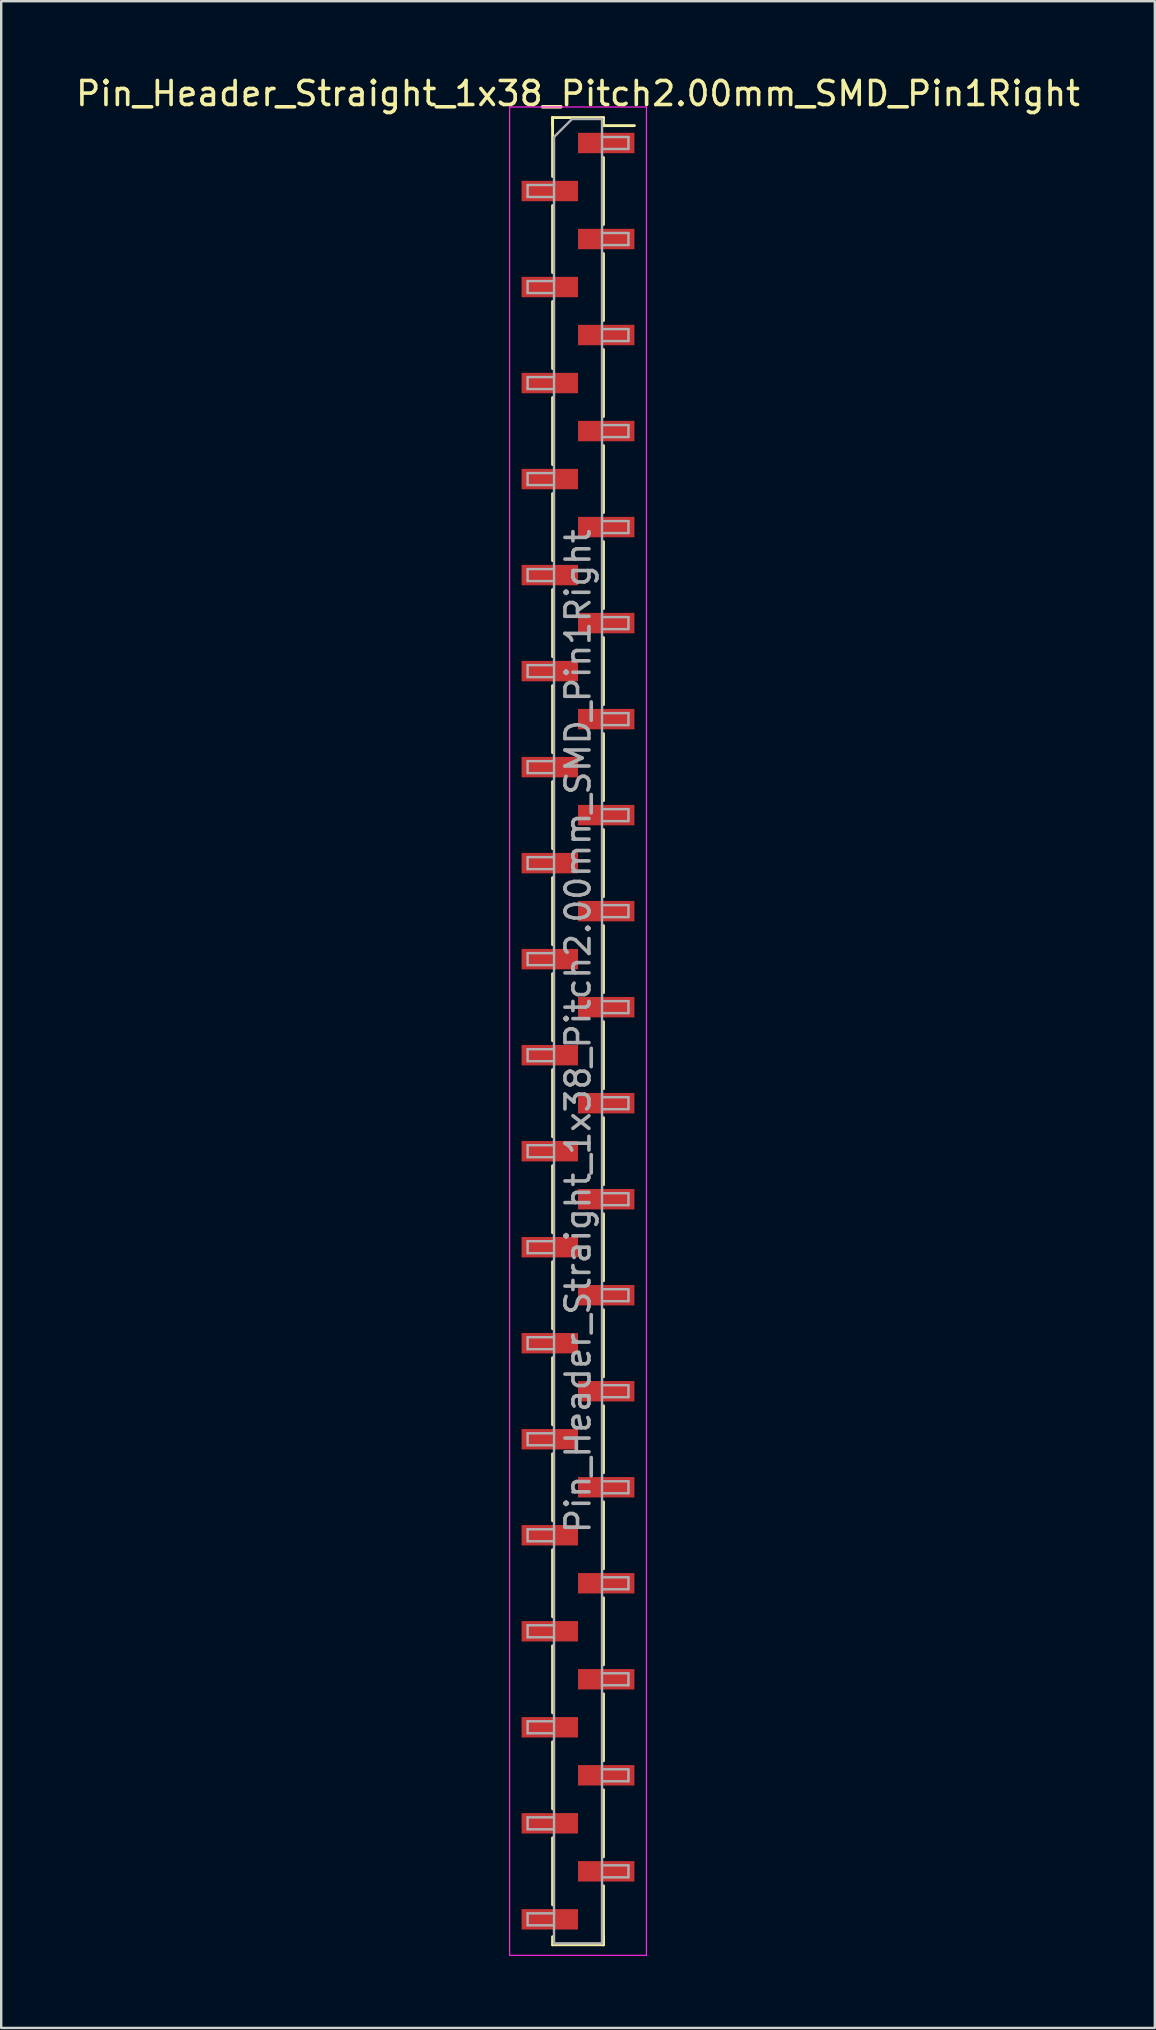
<source format=kicad_pcb>
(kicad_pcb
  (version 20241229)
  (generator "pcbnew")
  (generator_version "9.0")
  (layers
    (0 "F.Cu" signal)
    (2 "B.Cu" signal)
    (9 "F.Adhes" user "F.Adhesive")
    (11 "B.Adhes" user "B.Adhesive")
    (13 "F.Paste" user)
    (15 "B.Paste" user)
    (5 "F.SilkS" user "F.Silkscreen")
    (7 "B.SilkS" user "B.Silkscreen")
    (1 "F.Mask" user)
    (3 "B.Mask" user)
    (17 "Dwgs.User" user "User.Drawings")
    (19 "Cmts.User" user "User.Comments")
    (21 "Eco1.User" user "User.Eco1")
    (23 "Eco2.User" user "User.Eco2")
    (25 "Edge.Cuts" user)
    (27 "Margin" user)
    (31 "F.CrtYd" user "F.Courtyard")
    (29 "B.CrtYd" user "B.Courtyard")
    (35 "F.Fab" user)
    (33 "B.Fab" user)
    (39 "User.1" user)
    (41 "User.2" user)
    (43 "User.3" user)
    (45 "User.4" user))
  (footprint "Pin_Header_Straight_1x38_Pitch2.00mm_SMD_Pin1Right"
    (layer "F.Cu")
    (at 21.03 39.908)
    (property "Reference" "Pin_Header_Straight_1x38_Pitch2.00mm_SMD_Pin1Right" (at 0 -39.06 0) (layer "F.SilkS") (effects (font (size 1 1) (thickness 0.15))))
    (attr smd)
    (fp_line (start -1.06 -38.06) (end -1.06 -35.605) (stroke (width 0.12) (type solid)) (layer "F.SilkS"))
    (fp_line (start -1.06 -38.06) (end 1.06 -38.06) (stroke (width 0.12) (type solid)) (layer "F.SilkS"))
    (fp_line (start -1.06 -37.725) (end -1.06 -38.06) (stroke (width 0.12) (type solid)) (layer "F.SilkS"))
    (fp_line (start -1.06 -34.395) (end -1.06 -31.605) (stroke (width 0.12) (type solid)) (layer "F.SilkS"))
    (fp_line (start -1.06 -30.395) (end -1.06 -27.605) (stroke (width 0.12) (type solid)) (layer "F.SilkS"))
    (fp_line (start -1.06 -26.395) (end -1.06 -23.605) (stroke (width 0.12) (type solid)) (layer "F.SilkS"))
    (fp_line (start -1.06 -22.395) (end -1.06 -19.605) (stroke (width 0.12) (type solid)) (layer "F.SilkS"))
    (fp_line (start -1.06 -18.395) (end -1.06 -15.605) (stroke (width 0.12) (type solid)) (layer "F.SilkS"))
    (fp_line (start -1.06 -14.395) (end -1.06 -11.605) (stroke (width 0.12) (type solid)) (layer "F.SilkS"))
    (fp_line (start -1.06 -10.395) (end -1.06 -7.605) (stroke (width 0.12) (type solid)) (layer "F.SilkS"))
    (fp_line (start -1.06 -6.395) (end -1.06 -3.605) (stroke (width 0.12) (type solid)) (layer "F.SilkS"))
    (fp_line (start -1.06 -2.395) (end -1.06 0.395) (stroke (width 0.12) (type solid)) (layer "F.SilkS"))
    (fp_line (start -1.06 1.605) (end -1.06 4.395) (stroke (width 0.12) (type solid)) (layer "F.SilkS"))
    (fp_line (start -1.06 5.605) (end -1.06 8.395) (stroke (width 0.12) (type solid)) (layer "F.SilkS"))
    (fp_line (start -1.06 9.605) (end -1.06 12.395) (stroke (width 0.12) (type solid)) (layer "F.SilkS"))
    (fp_line (start -1.06 13.605) (end -1.06 16.395) (stroke (width 0.12) (type solid)) (layer "F.SilkS"))
    (fp_line (start -1.06 17.605) (end -1.06 20.395) (stroke (width 0.12) (type solid)) (layer "F.SilkS"))
    (fp_line (start -1.06 21.605) (end -1.06 24.395) (stroke (width 0.12) (type solid)) (layer "F.SilkS"))
    (fp_line (start -1.06 25.605) (end -1.06 28.395) (stroke (width 0.12) (type solid)) (layer "F.SilkS"))
    (fp_line (start -1.06 29.605) (end -1.06 32.395) (stroke (width 0.12) (type solid)) (layer "F.SilkS"))
    (fp_line (start -1.06 33.605) (end -1.06 36.395) (stroke (width 0.12) (type solid)) (layer "F.SilkS"))
    (fp_line (start -1.06 37.725) (end -1.06 38.06) (stroke (width 0.12) (type solid)) (layer "F.SilkS"))
    (fp_line (start -1.06 38.06) (end 1.06 38.06) (stroke (width 0.12) (type solid)) (layer "F.SilkS"))
    (fp_line (start 1.06 -38.06) (end 1.06 -37.725) (stroke (width 0.12) (type solid)) (layer "F.SilkS"))
    (fp_line (start 1.06 -37.725) (end 2.35 -37.725) (stroke (width 0.12) (type solid)) (layer "F.SilkS"))
    (fp_line (start 1.06 -36.395) (end 1.06 -33.605) (stroke (width 0.12) (type solid)) (layer "F.SilkS"))
    (fp_line (start 1.06 -32.395) (end 1.06 -29.605) (stroke (width 0.12) (type solid)) (layer "F.SilkS"))
    (fp_line (start 1.06 -28.395) (end 1.06 -25.605) (stroke (width 0.12) (type solid)) (layer "F.SilkS"))
    (fp_line (start 1.06 -24.395) (end 1.06 -21.605) (stroke (width 0.12) (type solid)) (layer "F.SilkS"))
    (fp_line (start 1.06 -20.395) (end 1.06 -17.605) (stroke (width 0.12) (type solid)) (layer "F.SilkS"))
    (fp_line (start 1.06 -16.395) (end 1.06 -13.605) (stroke (width 0.12) (type solid)) (layer "F.SilkS"))
    (fp_line (start 1.06 -12.395) (end 1.06 -9.605) (stroke (width 0.12) (type solid)) (layer "F.SilkS"))
    (fp_line (start 1.06 -8.395) (end 1.06 -5.605) (stroke (width 0.12) (type solid)) (layer "F.SilkS"))
    (fp_line (start 1.06 -4.395) (end 1.06 -1.605) (stroke (width 0.12) (type solid)) (layer "F.SilkS"))
    (fp_line (start 1.06 -0.395) (end 1.06 2.395) (stroke (width 0.12) (type solid)) (layer "F.SilkS"))
    (fp_line (start 1.06 3.605) (end 1.06 6.395) (stroke (width 0.12) (type solid)) (layer "F.SilkS"))
    (fp_line (start 1.06 7.605) (end 1.06 10.395) (stroke (width 0.12) (type solid)) (layer "F.SilkS"))
    (fp_line (start 1.06 11.605) (end 1.06 14.395) (stroke (width 0.12) (type solid)) (layer "F.SilkS"))
    (fp_line (start 1.06 15.605) (end 1.06 18.395) (stroke (width 0.12) (type solid)) (layer "F.SilkS"))
    (fp_line (start 1.06 19.605) (end 1.06 22.395) (stroke (width 0.12) (type solid)) (layer "F.SilkS"))
    (fp_line (start 1.06 23.605) (end 1.06 26.395) (stroke (width 0.12) (type solid)) (layer "F.SilkS"))
    (fp_line (start 1.06 27.605) (end 1.06 30.395) (stroke (width 0.12) (type solid)) (layer "F.SilkS"))
    (fp_line (start 1.06 31.605) (end 1.06 34.395) (stroke (width 0.12) (type solid)) (layer "F.SilkS"))
    (fp_line (start 1.06 35.605) (end 1.06 38.06) (stroke (width 0.12) (type solid)) (layer "F.SilkS"))
    (fp_line (start 1.06 38.06) (end 1.06 37.725) (stroke (width 0.12) (type solid)) (layer "F.SilkS"))
    (fp_line (start -2.85 -38.5) (end -2.85 38.5) (stroke (width 0.05) (type solid)) (layer "F.CrtYd"))
    (fp_line (start -2.85 38.5) (end 2.85 38.5) (stroke (width 0.05) (type solid)) (layer "F.CrtYd"))
    (fp_line (start 2.85 -38.5) (end -2.85 -38.5) (stroke (width 0.05) (type solid)) (layer "F.CrtYd"))
    (fp_line (start 2.85 38.5) (end 2.85 -38.5) (stroke (width 0.05) (type solid)) (layer "F.CrtYd"))
    (fp_line (start -2.1 -35.25) (end -2.1 -34.75) (stroke (width 0.1) (type solid)) (layer "F.Fab"))
    (fp_line (start -2.1 -34.75) (end -1 -34.75) (stroke (width 0.1) (type solid)) (layer "F.Fab"))
    (fp_line (start -2.1 -31.25) (end -2.1 -30.75) (stroke (width 0.1) (type solid)) (layer "F.Fab"))
    (fp_line (start -2.1 -30.75) (end -1 -30.75) (stroke (width 0.1) (type solid)) (layer "F.Fab"))
    (fp_line (start -2.1 -27.25) (end -2.1 -26.75) (stroke (width 0.1) (type solid)) (layer "F.Fab"))
    (fp_line (start -2.1 -26.75) (end -1 -26.75) (stroke (width 0.1) (type solid)) (layer "F.Fab"))
    (fp_line (start -2.1 -23.25) (end -2.1 -22.75) (stroke (width 0.1) (type solid)) (layer "F.Fab"))
    (fp_line (start -2.1 -22.75) (end -1 -22.75) (stroke (width 0.1) (type solid)) (layer "F.Fab"))
    (fp_line (start -2.1 -19.25) (end -2.1 -18.75) (stroke (width 0.1) (type solid)) (layer "F.Fab"))
    (fp_line (start -2.1 -18.75) (end -1 -18.75) (stroke (width 0.1) (type solid)) (layer "F.Fab"))
    (fp_line (start -2.1 -15.25) (end -2.1 -14.75) (stroke (width 0.1) (type solid)) (layer "F.Fab"))
    (fp_line (start -2.1 -14.75) (end -1 -14.75) (stroke (width 0.1) (type solid)) (layer "F.Fab"))
    (fp_line (start -2.1 -11.25) (end -2.1 -10.75) (stroke (width 0.1) (type solid)) (layer "F.Fab"))
    (fp_line (start -2.1 -10.75) (end -1 -10.75) (stroke (width 0.1) (type solid)) (layer "F.Fab"))
    (fp_line (start -2.1 -7.25) (end -2.1 -6.75) (stroke (width 0.1) (type solid)) (layer "F.Fab"))
    (fp_line (start -2.1 -6.75) (end -1 -6.75) (stroke (width 0.1) (type solid)) (layer "F.Fab"))
    (fp_line (start -2.1 -3.25) (end -2.1 -2.75) (stroke (width 0.1) (type solid)) (layer "F.Fab"))
    (fp_line (start -2.1 -2.75) (end -1 -2.75) (stroke (width 0.1) (type solid)) (layer "F.Fab"))
    (fp_line (start -2.1 0.75) (end -2.1 1.25) (stroke (width 0.1) (type solid)) (layer "F.Fab"))
    (fp_line (start -2.1 1.25) (end -1 1.25) (stroke (width 0.1) (type solid)) (layer "F.Fab"))
    (fp_line (start -2.1 4.75) (end -2.1 5.25) (stroke (width 0.1) (type solid)) (layer "F.Fab"))
    (fp_line (start -2.1 5.25) (end -1 5.25) (stroke (width 0.1) (type solid)) (layer "F.Fab"))
    (fp_line (start -2.1 8.75) (end -2.1 9.25) (stroke (width 0.1) (type solid)) (layer "F.Fab"))
    (fp_line (start -2.1 9.25) (end -1 9.25) (stroke (width 0.1) (type solid)) (layer "F.Fab"))
    (fp_line (start -2.1 12.75) (end -2.1 13.25) (stroke (width 0.1) (type solid)) (layer "F.Fab"))
    (fp_line (start -2.1 13.25) (end -1 13.25) (stroke (width 0.1) (type solid)) (layer "F.Fab"))
    (fp_line (start -2.1 16.75) (end -2.1 17.25) (stroke (width 0.1) (type solid)) (layer "F.Fab"))
    (fp_line (start -2.1 17.25) (end -1 17.25) (stroke (width 0.1) (type solid)) (layer "F.Fab"))
    (fp_line (start -2.1 20.75) (end -2.1 21.25) (stroke (width 0.1) (type solid)) (layer "F.Fab"))
    (fp_line (start -2.1 21.25) (end -1 21.25) (stroke (width 0.1) (type solid)) (layer "F.Fab"))
    (fp_line (start -2.1 24.75) (end -2.1 25.25) (stroke (width 0.1) (type solid)) (layer "F.Fab"))
    (fp_line (start -2.1 25.25) (end -1 25.25) (stroke (width 0.1) (type solid)) (layer "F.Fab"))
    (fp_line (start -2.1 28.75) (end -2.1 29.25) (stroke (width 0.1) (type solid)) (layer "F.Fab"))
    (fp_line (start -2.1 29.25) (end -1 29.25) (stroke (width 0.1) (type solid)) (layer "F.Fab"))
    (fp_line (start -2.1 32.75) (end -2.1 33.25) (stroke (width 0.1) (type solid)) (layer "F.Fab"))
    (fp_line (start -2.1 33.25) (end -1 33.25) (stroke (width 0.1) (type solid)) (layer "F.Fab"))
    (fp_line (start -2.1 36.75) (end -2.1 37.25) (stroke (width 0.1) (type solid)) (layer "F.Fab"))
    (fp_line (start -2.1 37.25) (end -1 37.25) (stroke (width 0.1) (type solid)) (layer "F.Fab"))
    (fp_line (start -1 -37.25) (end -0.25 -38) (stroke (width 0.1) (type solid)) (layer "F.Fab"))
    (fp_line (start -1 -35.25) (end -2.1 -35.25) (stroke (width 0.1) (type solid)) (layer "F.Fab"))
    (fp_line (start -1 -31.25) (end -2.1 -31.25) (stroke (width 0.1) (type solid)) (layer "F.Fab"))
    (fp_line (start -1 -27.25) (end -2.1 -27.25) (stroke (width 0.1) (type solid)) (layer "F.Fab"))
    (fp_line (start -1 -23.25) (end -2.1 -23.25) (stroke (width 0.1) (type solid)) (layer "F.Fab"))
    (fp_line (start -1 -19.25) (end -2.1 -19.25) (stroke (width 0.1) (type solid)) (layer "F.Fab"))
    (fp_line (start -1 -15.25) (end -2.1 -15.25) (stroke (width 0.1) (type solid)) (layer "F.Fab"))
    (fp_line (start -1 -11.25) (end -2.1 -11.25) (stroke (width 0.1) (type solid)) (layer "F.Fab"))
    (fp_line (start -1 -7.25) (end -2.1 -7.25) (stroke (width 0.1) (type solid)) (layer "F.Fab"))
    (fp_line (start -1 -3.25) (end -2.1 -3.25) (stroke (width 0.1) (type solid)) (layer "F.Fab"))
    (fp_line (start -1 0.75) (end -2.1 0.75) (stroke (width 0.1) (type solid)) (layer "F.Fab"))
    (fp_line (start -1 4.75) (end -2.1 4.75) (stroke (width 0.1) (type solid)) (layer "F.Fab"))
    (fp_line (start -1 8.75) (end -2.1 8.75) (stroke (width 0.1) (type solid)) (layer "F.Fab"))
    (fp_line (start -1 12.75) (end -2.1 12.75) (stroke (width 0.1) (type solid)) (layer "F.Fab"))
    (fp_line (start -1 16.75) (end -2.1 16.75) (stroke (width 0.1) (type solid)) (layer "F.Fab"))
    (fp_line (start -1 20.75) (end -2.1 20.75) (stroke (width 0.1) (type solid)) (layer "F.Fab"))
    (fp_line (start -1 24.75) (end -2.1 24.75) (stroke (width 0.1) (type solid)) (layer "F.Fab"))
    (fp_line (start -1 28.75) (end -2.1 28.75) (stroke (width 0.1) (type solid)) (layer "F.Fab"))
    (fp_line (start -1 32.75) (end -2.1 32.75) (stroke (width 0.1) (type solid)) (layer "F.Fab"))
    (fp_line (start -1 36.75) (end -2.1 36.75) (stroke (width 0.1) (type solid)) (layer "F.Fab"))
    (fp_line (start -1 38) (end -1 -37.25) (stroke (width 0.1) (type solid)) (layer "F.Fab"))
    (fp_line (start -0.25 -38) (end 1 -38) (stroke (width 0.1) (type solid)) (layer "F.Fab"))
    (fp_line (start 1 -38) (end 1 38) (stroke (width 0.1) (type solid)) (layer "F.Fab"))
    (fp_line (start 1 -37.25) (end 2.1 -37.25) (stroke (width 0.1) (type solid)) (layer "F.Fab"))
    (fp_line (start 1 -33.25) (end 2.1 -33.25) (stroke (width 0.1) (type solid)) (layer "F.Fab"))
    (fp_line (start 1 -29.25) (end 2.1 -29.25) (stroke (width 0.1) (type solid)) (layer "F.Fab"))
    (fp_line (start 1 -25.25) (end 2.1 -25.25) (stroke (width 0.1) (type solid)) (layer "F.Fab"))
    (fp_line (start 1 -21.25) (end 2.1 -21.25) (stroke (width 0.1) (type solid)) (layer "F.Fab"))
    (fp_line (start 1 -17.25) (end 2.1 -17.25) (stroke (width 0.1) (type solid)) (layer "F.Fab"))
    (fp_line (start 1 -13.25) (end 2.1 -13.25) (stroke (width 0.1) (type solid)) (layer "F.Fab"))
    (fp_line (start 1 -9.25) (end 2.1 -9.25) (stroke (width 0.1) (type solid)) (layer "F.Fab"))
    (fp_line (start 1 -5.25) (end 2.1 -5.25) (stroke (width 0.1) (type solid)) (layer "F.Fab"))
    (fp_line (start 1 -1.25) (end 2.1 -1.25) (stroke (width 0.1) (type solid)) (layer "F.Fab"))
    (fp_line (start 1 2.75) (end 2.1 2.75) (stroke (width 0.1) (type solid)) (layer "F.Fab"))
    (fp_line (start 1 6.75) (end 2.1 6.75) (stroke (width 0.1) (type solid)) (layer "F.Fab"))
    (fp_line (start 1 10.75) (end 2.1 10.75) (stroke (width 0.1) (type solid)) (layer "F.Fab"))
    (fp_line (start 1 14.75) (end 2.1 14.75) (stroke (width 0.1) (type solid)) (layer "F.Fab"))
    (fp_line (start 1 18.75) (end 2.1 18.75) (stroke (width 0.1) (type solid)) (layer "F.Fab"))
    (fp_line (start 1 22.75) (end 2.1 22.75) (stroke (width 0.1) (type solid)) (layer "F.Fab"))
    (fp_line (start 1 26.75) (end 2.1 26.75) (stroke (width 0.1) (type solid)) (layer "F.Fab"))
    (fp_line (start 1 30.75) (end 2.1 30.75) (stroke (width 0.1) (type solid)) (layer "F.Fab"))
    (fp_line (start 1 34.75) (end 2.1 34.75) (stroke (width 0.1) (type solid)) (layer "F.Fab"))
    (fp_line (start 1 38) (end -1 38) (stroke (width 0.1) (type solid)) (layer "F.Fab"))
    (fp_line (start 2.1 -37.25) (end 2.1 -36.75) (stroke (width 0.1) (type solid)) (layer "F.Fab"))
    (fp_line (start 2.1 -36.75) (end 1 -36.75) (stroke (width 0.1) (type solid)) (layer "F.Fab"))
    (fp_line (start 2.1 -33.25) (end 2.1 -32.75) (stroke (width 0.1) (type solid)) (layer "F.Fab"))
    (fp_line (start 2.1 -32.75) (end 1 -32.75) (stroke (width 0.1) (type solid)) (layer "F.Fab"))
    (fp_line (start 2.1 -29.25) (end 2.1 -28.75) (stroke (width 0.1) (type solid)) (layer "F.Fab"))
    (fp_line (start 2.1 -28.75) (end 1 -28.75) (stroke (width 0.1) (type solid)) (layer "F.Fab"))
    (fp_line (start 2.1 -25.25) (end 2.1 -24.75) (stroke (width 0.1) (type solid)) (layer "F.Fab"))
    (fp_line (start 2.1 -24.75) (end 1 -24.75) (stroke (width 0.1) (type solid)) (layer "F.Fab"))
    (fp_line (start 2.1 -21.25) (end 2.1 -20.75) (stroke (width 0.1) (type solid)) (layer "F.Fab"))
    (fp_line (start 2.1 -20.75) (end 1 -20.75) (stroke (width 0.1) (type solid)) (layer "F.Fab"))
    (fp_line (start 2.1 -17.25) (end 2.1 -16.75) (stroke (width 0.1) (type solid)) (layer "F.Fab"))
    (fp_line (start 2.1 -16.75) (end 1 -16.75) (stroke (width 0.1) (type solid)) (layer "F.Fab"))
    (fp_line (start 2.1 -13.25) (end 2.1 -12.75) (stroke (width 0.1) (type solid)) (layer "F.Fab"))
    (fp_line (start 2.1 -12.75) (end 1 -12.75) (stroke (width 0.1) (type solid)) (layer "F.Fab"))
    (fp_line (start 2.1 -9.25) (end 2.1 -8.75) (stroke (width 0.1) (type solid)) (layer "F.Fab"))
    (fp_line (start 2.1 -8.75) (end 1 -8.75) (stroke (width 0.1) (type solid)) (layer "F.Fab"))
    (fp_line (start 2.1 -5.25) (end 2.1 -4.75) (stroke (width 0.1) (type solid)) (layer "F.Fab"))
    (fp_line (start 2.1 -4.75) (end 1 -4.75) (stroke (width 0.1) (type solid)) (layer "F.Fab"))
    (fp_line (start 2.1 -1.25) (end 2.1 -0.75) (stroke (width 0.1) (type solid)) (layer "F.Fab"))
    (fp_line (start 2.1 -0.75) (end 1 -0.75) (stroke (width 0.1) (type solid)) (layer "F.Fab"))
    (fp_line (start 2.1 2.75) (end 2.1 3.25) (stroke (width 0.1) (type solid)) (layer "F.Fab"))
    (fp_line (start 2.1 3.25) (end 1 3.25) (stroke (width 0.1) (type solid)) (layer "F.Fab"))
    (fp_line (start 2.1 6.75) (end 2.1 7.25) (stroke (width 0.1) (type solid)) (layer "F.Fab"))
    (fp_line (start 2.1 7.25) (end 1 7.25) (stroke (width 0.1) (type solid)) (layer "F.Fab"))
    (fp_line (start 2.1 10.75) (end 2.1 11.25) (stroke (width 0.1) (type solid)) (layer "F.Fab"))
    (fp_line (start 2.1 11.25) (end 1 11.25) (stroke (width 0.1) (type solid)) (layer "F.Fab"))
    (fp_line (start 2.1 14.75) (end 2.1 15.25) (stroke (width 0.1) (type solid)) (layer "F.Fab"))
    (fp_line (start 2.1 15.25) (end 1 15.25) (stroke (width 0.1) (type solid)) (layer "F.Fab"))
    (fp_line (start 2.1 18.75) (end 2.1 19.25) (stroke (width 0.1) (type solid)) (layer "F.Fab"))
    (fp_line (start 2.1 19.25) (end 1 19.25) (stroke (width 0.1) (type solid)) (layer "F.Fab"))
    (fp_line (start 2.1 22.75) (end 2.1 23.25) (stroke (width 0.1) (type solid)) (layer "F.Fab"))
    (fp_line (start 2.1 23.25) (end 1 23.25) (stroke (width 0.1) (type solid)) (layer "F.Fab"))
    (fp_line (start 2.1 26.75) (end 2.1 27.25) (stroke (width 0.1) (type solid)) (layer "F.Fab"))
    (fp_line (start 2.1 27.25) (end 1 27.25) (stroke (width 0.1) (type solid)) (layer "F.Fab"))
    (fp_line (start 2.1 30.75) (end 2.1 31.25) (stroke (width 0.1) (type solid)) (layer "F.Fab"))
    (fp_line (start 2.1 31.25) (end 1 31.25) (stroke (width 0.1) (type solid)) (layer "F.Fab"))
    (fp_line (start 2.1 34.75) (end 2.1 35.25) (stroke (width 0.1) (type solid)) (layer "F.Fab"))
    (fp_line (start 2.1 35.25) (end 1 35.25) (stroke (width 0.1) (type solid)) (layer "F.Fab"))
    (fp_text user "${REFERENCE}" (at 0 0 90) (layer "F.Fab") (effects (font (size 1 1) (thickness 0.15))))
    (pad "1" smd rect (at 1.175 -37) (size 2.35 0.85) (layers "F.Cu" "F.Mask" "F.Paste"))
    (pad "2" smd rect (at -1.175 -35) (size 2.35 0.85) (layers "F.Cu" "F.Mask" "F.Paste"))
    (pad "3" smd rect (at 1.175 -33) (size 2.35 0.85) (layers "F.Cu" "F.Mask" "F.Paste"))
    (pad "4" smd rect (at -1.175 -31) (size 2.35 0.85) (layers "F.Cu" "F.Mask" "F.Paste"))
    (pad "5" smd rect (at 1.175 -29) (size 2.35 0.85) (layers "F.Cu" "F.Mask" "F.Paste"))
    (pad "6" smd rect (at -1.175 -27) (size 2.35 0.85) (layers "F.Cu" "F.Mask" "F.Paste"))
    (pad "7" smd rect (at 1.175 -25) (size 2.35 0.85) (layers "F.Cu" "F.Mask" "F.Paste"))
    (pad "8" smd rect (at -1.175 -23) (size 2.35 0.85) (layers "F.Cu" "F.Mask" "F.Paste"))
    (pad "9" smd rect (at 1.175 -21) (size 2.35 0.85) (layers "F.Cu" "F.Mask" "F.Paste"))
    (pad "10" smd rect (at -1.175 -19) (size 2.35 0.85) (layers "F.Cu" "F.Mask" "F.Paste"))
    (pad "11" smd rect (at 1.175 -17) (size 2.35 0.85) (layers "F.Cu" "F.Mask" "F.Paste"))
    (pad "12" smd rect (at -1.175 -15) (size 2.35 0.85) (layers "F.Cu" "F.Mask" "F.Paste"))
    (pad "13" smd rect (at 1.175 -13) (size 2.35 0.85) (layers "F.Cu" "F.Mask" "F.Paste"))
    (pad "14" smd rect (at -1.175 -11) (size 2.35 0.85) (layers "F.Cu" "F.Mask" "F.Paste"))
    (pad "15" smd rect (at 1.175 -9) (size 2.35 0.85) (layers "F.Cu" "F.Mask" "F.Paste"))
    (pad "16" smd rect (at -1.175 -7) (size 2.35 0.85) (layers "F.Cu" "F.Mask" "F.Paste"))
    (pad "17" smd rect (at 1.175 -5) (size 2.35 0.85) (layers "F.Cu" "F.Mask" "F.Paste"))
    (pad "18" smd rect (at -1.175 -3) (size 2.35 0.85) (layers "F.Cu" "F.Mask" "F.Paste"))
    (pad "19" smd rect (at 1.175 -1) (size 2.35 0.85) (layers "F.Cu" "F.Mask" "F.Paste"))
    (pad "20" smd rect (at -1.175 1) (size 2.35 0.85) (layers "F.Cu" "F.Mask" "F.Paste"))
    (pad "21" smd rect (at 1.175 3) (size 2.35 0.85) (layers "F.Cu" "F.Mask" "F.Paste"))
    (pad "22" smd rect (at -1.175 5) (size 2.35 0.85) (layers "F.Cu" "F.Mask" "F.Paste"))
    (pad "23" smd rect (at 1.175 7) (size 2.35 0.85) (layers "F.Cu" "F.Mask" "F.Paste"))
    (pad "24" smd rect (at -1.175 9) (size 2.35 0.85) (layers "F.Cu" "F.Mask" "F.Paste"))
    (pad "25" smd rect (at 1.175 11) (size 2.35 0.85) (layers "F.Cu" "F.Mask" "F.Paste"))
    (pad "26" smd rect (at -1.175 13) (size 2.35 0.85) (layers "F.Cu" "F.Mask" "F.Paste"))
    (pad "27" smd rect (at 1.175 15) (size 2.35 0.85) (layers "F.Cu" "F.Mask" "F.Paste"))
    (pad "28" smd rect (at -1.175 17) (size 2.35 0.85) (layers "F.Cu" "F.Mask" "F.Paste"))
    (pad "29" smd rect (at 1.175 19) (size 2.35 0.85) (layers "F.Cu" "F.Mask" "F.Paste"))
    (pad "30" smd rect (at -1.175 21) (size 2.35 0.85) (layers "F.Cu" "F.Mask" "F.Paste"))
    (pad "31" smd rect (at 1.175 23) (size 2.35 0.85) (layers "F.Cu" "F.Mask" "F.Paste"))
    (pad "32" smd rect (at -1.175 25) (size 2.35 0.85) (layers "F.Cu" "F.Mask" "F.Paste"))
    (pad "33" smd rect (at 1.175 27) (size 2.35 0.85) (layers "F.Cu" "F.Mask" "F.Paste"))
    (pad "34" smd rect (at -1.175 29) (size 2.35 0.85) (layers "F.Cu" "F.Mask" "F.Paste"))
    (pad "35" smd rect (at 1.175 31) (size 2.35 0.85) (layers "F.Cu" "F.Mask" "F.Paste"))
    (pad "36" smd rect (at -1.175 33) (size 2.35 0.85) (layers "F.Cu" "F.Mask" "F.Paste"))
    (pad "37" smd rect (at 1.175 35) (size 2.35 0.85) (layers "F.Cu" "F.Mask" "F.Paste"))
    (pad "38" smd rect (at -1.175 37) (size 2.35 0.85) (layers "F.Cu" "F.Mask" "F.Paste")))
  (gr_rect
    (start -3 -3)
    (end 45.06 81.433)
    (stroke (width 0.1) (type default))
    (fill no)
    (layer "Edge.Cuts")))
</source>
